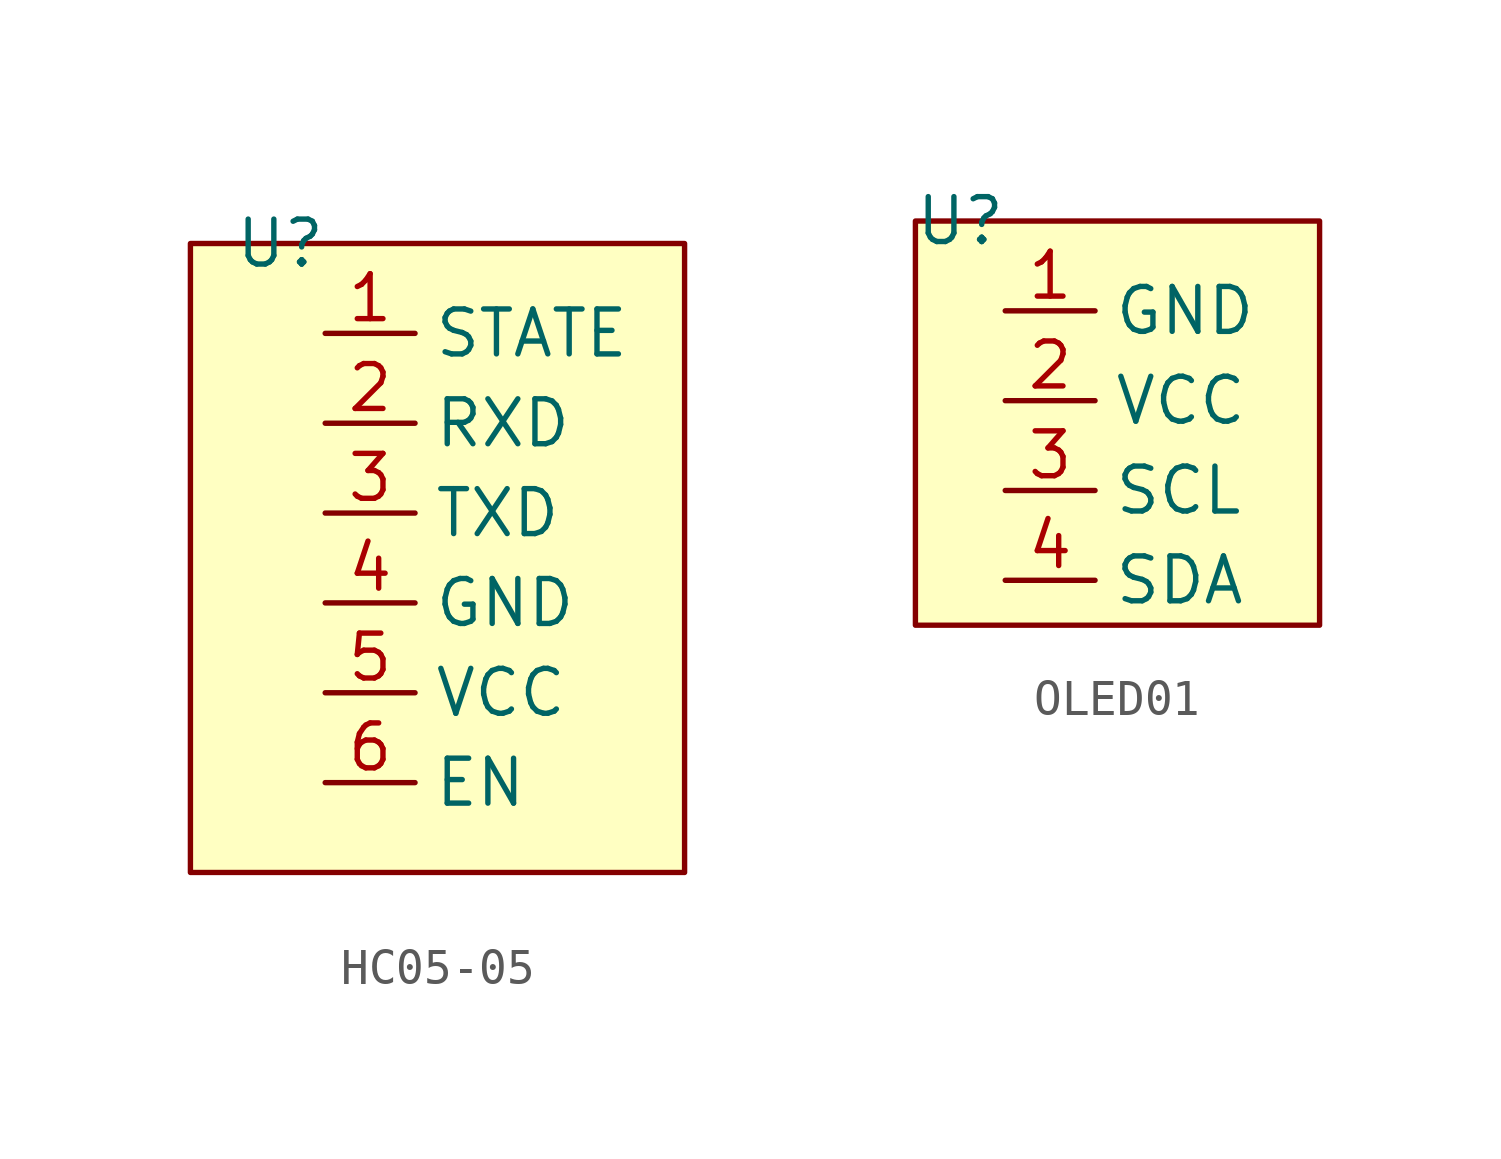
<source format=kicad_sym>
(kicad_symbol_lib
  (version 20241209)
  (generator "kicad_symbol_editor")
  (generator_version "9.0")
  (symbol "HC05-05"
    (property "Reference" "U"
      (at 0 0 0)
      (effects (font (size 1.27 1.27))))
    (property "Value" ""
      (at 0 0 0)
      (effects (font (size 1.27 1.27))))
    (symbol "HC05-05_1_1"
      (rectangle (start -2.54 0) (end 11.43 -17.78) (stroke (width 0) (type solid)) (fill (type background)))
      (pin output line (at 1.27 -2.54 0) (length 2.54) (name "STATE" (effects (font (size 1.27 1.27)))) (number "1" (effects (font (size 1.27 1.27)))))
      (pin input line (at 1.27 -5.08 0) (length 2.54) (name "RXD" (effects (font (size 1.27 1.27)))) (number "2" (effects (font (size 1.27 1.27)))))
      (pin output line (at 1.27 -7.62 0) (length 2.54) (name "TXD" (effects (font (size 1.27 1.27)))) (number "3" (effects (font (size 1.27 1.27)))))
      (pin power_in line (at 1.27 -10.16 0) (length 2.54) (name "GND" (effects (font (size 1.27 1.27)))) (number "4" (effects (font (size 1.27 1.27)))))
      (pin power_in line (at 1.27 -12.7 0) (length 2.54) (name "VCC" (effects (font (size 1.27 1.27)))) (number "5" (effects (font (size 1.27 1.27)))))
      (pin input line (at 1.27 -15.24 0) (length 2.54) (name "EN" (effects (font (size 1.27 1.27)))) (number "6" (effects (font (size 1.27 1.27)))))))
  (symbol "OLED01"
    (property "Reference" "U"
      (at 0 0 0)
      (effects (font (size 1.27 1.27))))
    (property "Value" ""
      (at 0 0 0)
      (effects (font (size 1.27 1.27))))
    (symbol "OLED01_1_1"
      (rectangle (start -1.27 0) (end 10.16 -11.43) (stroke (width 0) (type solid)) (fill (type background)))
      (pin power_in line (at 1.27 -2.54 0) (length 2.54) (name "GND" (effects (font (size 1.27 1.27)))) (number "1" (effects (font (size 1.27 1.27)))))
      (pin power_in line (at 1.27 -5.08 0) (length 2.54) (name "VCC" (effects (font (size 1.27 1.27)))) (number "2" (effects (font (size 1.27 1.27)))))
      (pin bidirectional line (at 1.27 -7.62 0) (length 2.54) (name "SCL" (effects (font (size 1.27 1.27)))) (number "3" (effects (font (size 1.27 1.27)))))
      (pin bidirectional line (at 1.27 -10.16 0) (length 2.54) (name "SDA" (effects (font (size 1.27 1.27)))) (number "4" (effects (font (size 1.27 1.27))))))))
</source>
